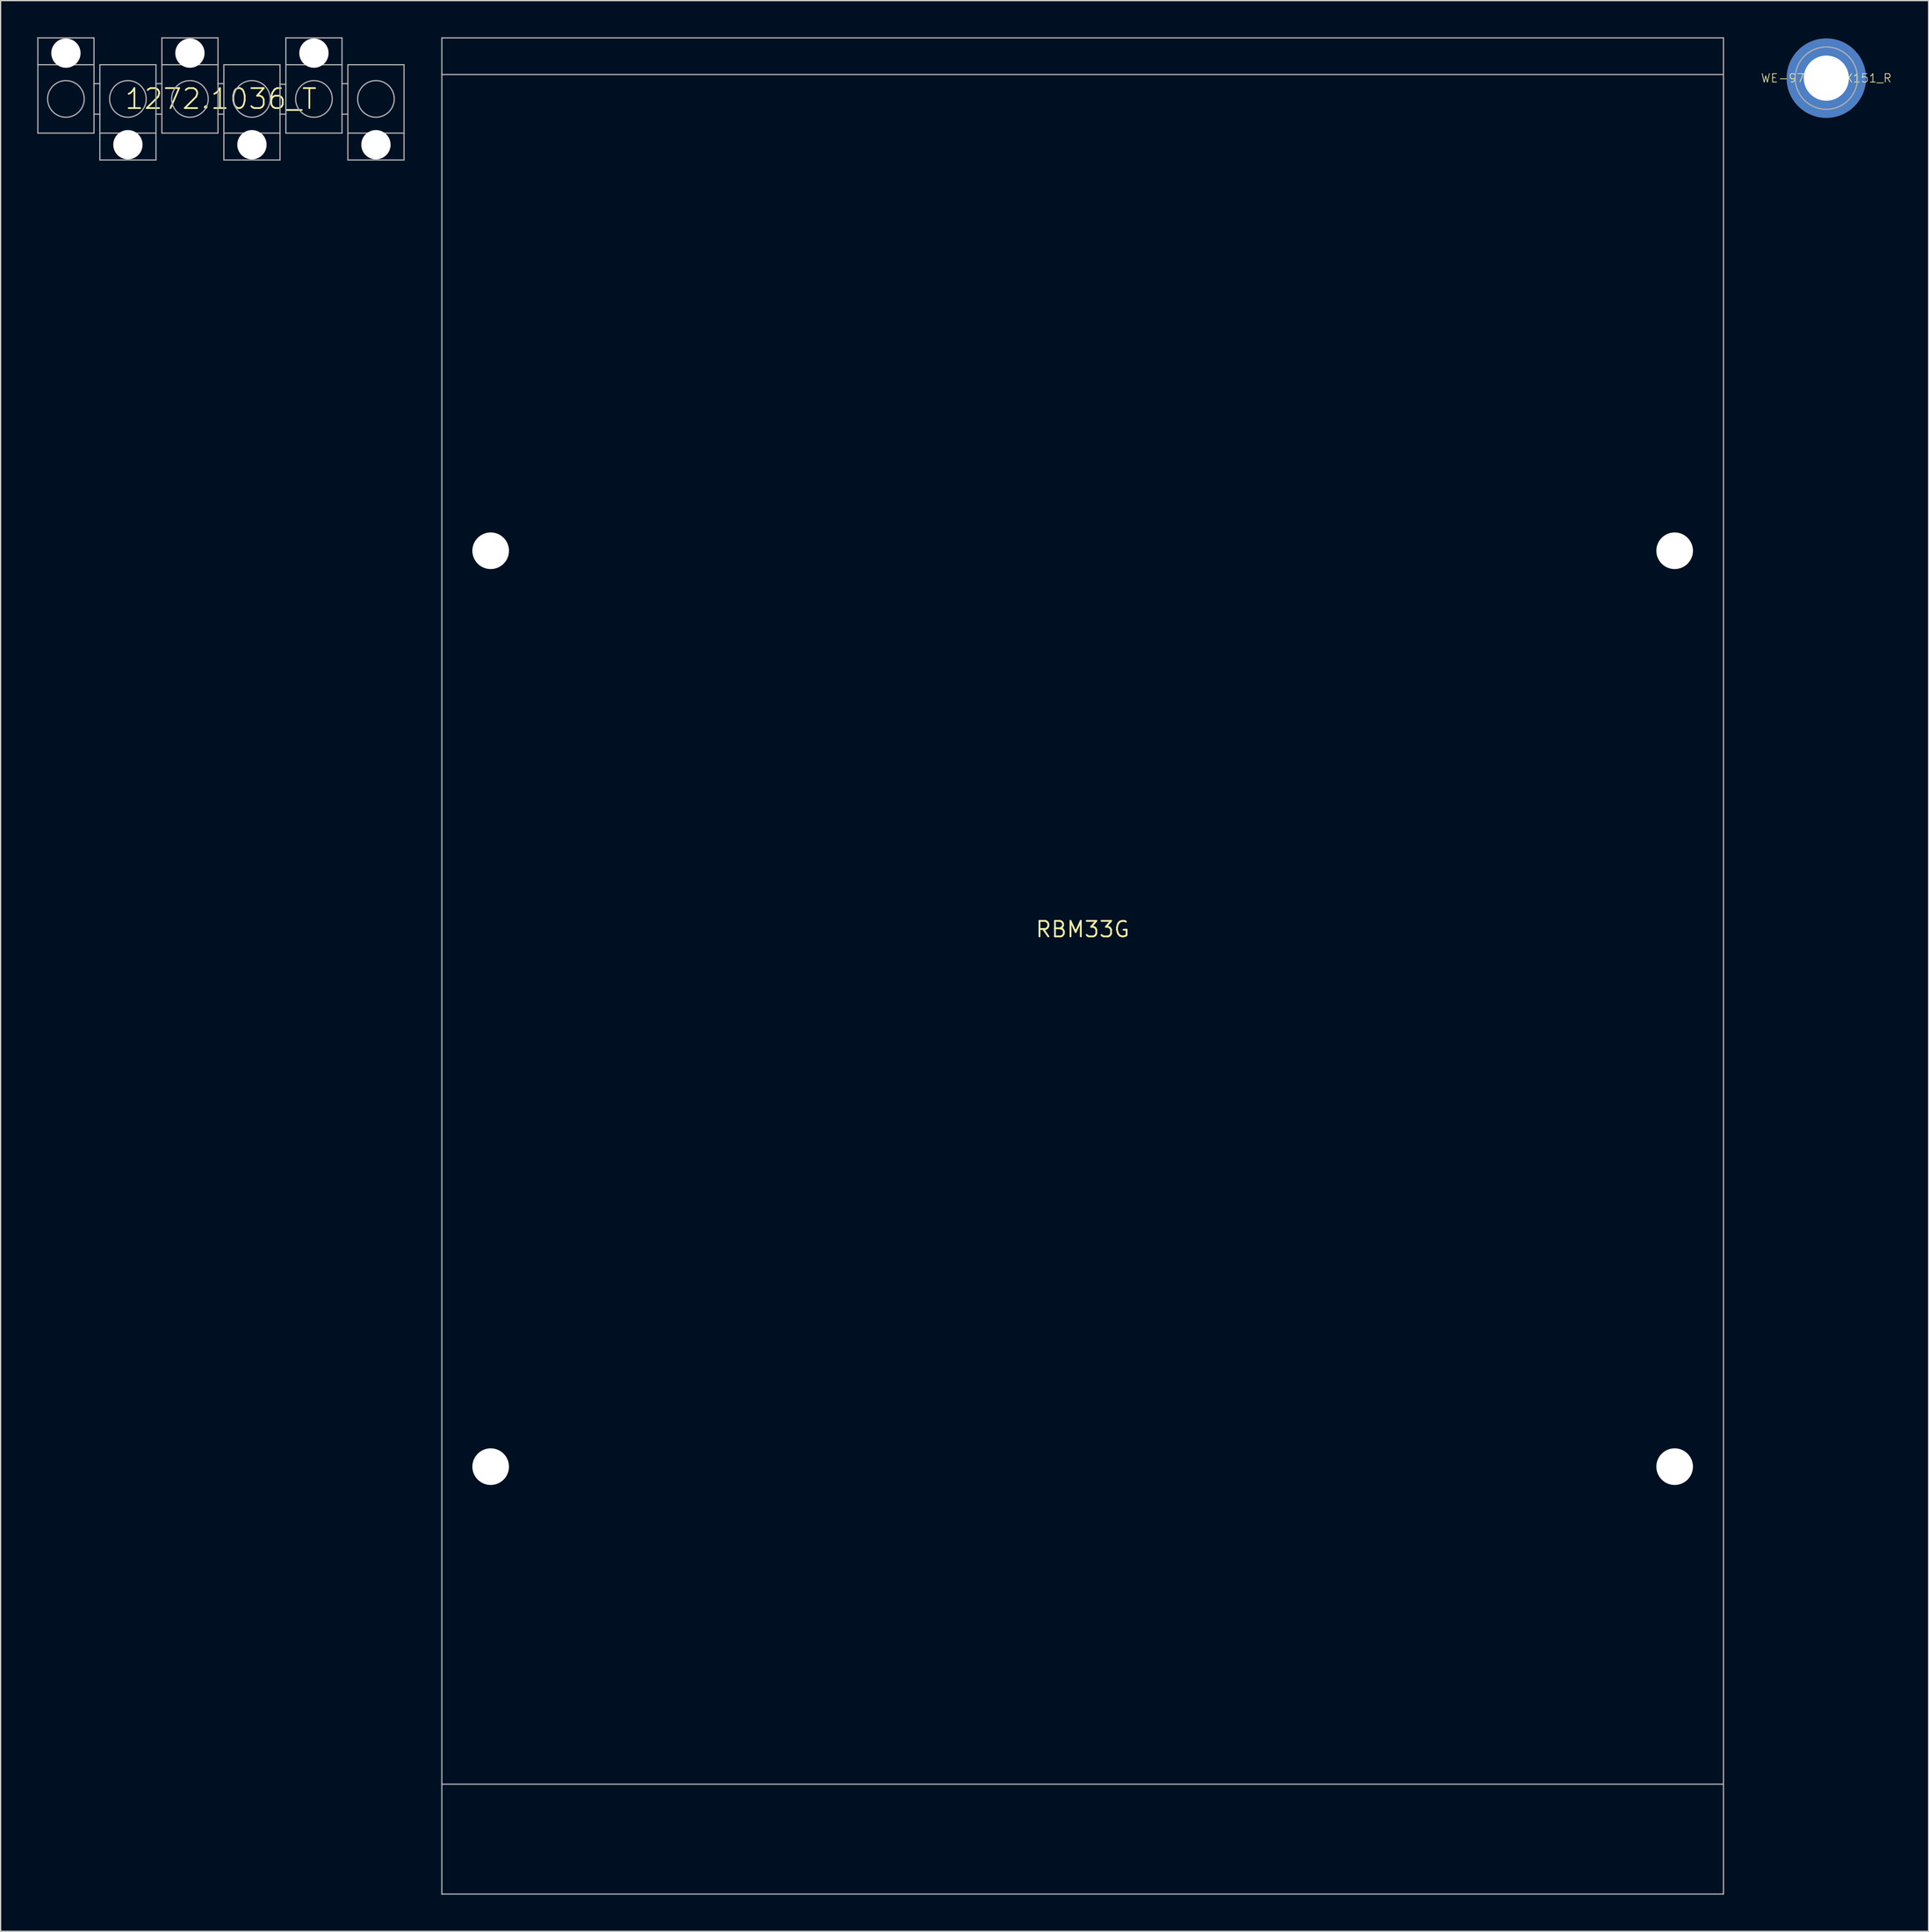
<source format=kicad_pcb>
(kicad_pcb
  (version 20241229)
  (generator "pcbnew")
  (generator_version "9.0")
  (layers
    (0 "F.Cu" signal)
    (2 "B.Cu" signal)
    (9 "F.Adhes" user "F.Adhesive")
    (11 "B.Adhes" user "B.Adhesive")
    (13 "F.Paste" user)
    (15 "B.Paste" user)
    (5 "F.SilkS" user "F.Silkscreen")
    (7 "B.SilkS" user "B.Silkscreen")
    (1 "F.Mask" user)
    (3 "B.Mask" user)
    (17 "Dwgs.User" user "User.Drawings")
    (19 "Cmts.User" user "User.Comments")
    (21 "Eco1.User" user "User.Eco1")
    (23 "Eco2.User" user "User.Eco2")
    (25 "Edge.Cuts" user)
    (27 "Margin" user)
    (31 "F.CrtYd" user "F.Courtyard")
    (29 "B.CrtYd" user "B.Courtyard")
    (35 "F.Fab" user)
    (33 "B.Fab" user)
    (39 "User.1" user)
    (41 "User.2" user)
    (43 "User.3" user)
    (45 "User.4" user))
  (footprint "WE-97740XXX151_R"
    (layer "F.Cu")
    (at 146.577 3.35)
    (property "Reference" "WE-97740XXX151_R" (at 0 0 0) (unlocked yes) (layer "F.SilkS") (effects (font (size 0.69 0.69) (thickness 0.06))))
    (fp_circle (center 0 0) (end 1.675 0) (stroke (width 3.35) (type solid)) (fill yes) (layer "F.Mask"))
    (fp_circle (center 0 0) (end 0.925 0) (stroke (width 1.85) (type solid)) (fill yes) (layer "B.Mask"))
    (fp_poly (pts (xy -0.375 -3.138) (xy -0.32 -3.051) (xy -0.32 -1.967) (xy -0.432 -1.846) (xy -0.549 -1.815) (xy -0.623 -1.79) (xy -0.713 -1.755) (xy -0.763 -1.735) (xy -0.858 -1.691) (xy -0.933 -1.651) (xy -1.047 -1.581) (xy -1.112 -1.536) (xy -1.157 -1.501) (xy -1.232 -1.441) (xy -1.287 -1.391) (xy -1.331 -1.351) (xy -1.366 -1.312) (xy -1.441 -1.232) (xy -1.486 -1.177) (xy -1.521 -1.132) (xy -1.561 -1.077) (xy -1.596 -1.022) (xy -1.636 -0.957) (xy -1.676 -0.888) (xy -1.715 -0.808) (xy -1.75 -0.728) (xy -1.785 -0.643) (xy -1.81 -0.569) (xy -1.83 -0.494) (xy -1.85 -0.414) (xy -1.85 -0.412) (xy -1.969 -0.335) (xy -3.057 -0.335) (xy -3.145 -0.434) (xy -3.13 -0.511) (xy -3.115 -0.606) (xy -3.09 -0.736) (xy -3.04 -0.911) (xy -3 -1.042) (xy -2.965 -1.132) (xy -2.945 -1.187) (xy -2.91 -1.267) (xy -2.834 -1.432) (xy -2.734 -1.612) (xy -2.714 -1.648) (xy -2.664 -1.723) (xy -2.619 -1.793) (xy -2.589 -1.838) (xy -2.489 -1.968) (xy -2.394 -2.083) (xy -2.239 -2.254) (xy -2.058 -2.419) (xy -1.933 -2.519) (xy -1.863 -2.569) (xy -1.813 -2.604) (xy -1.753 -2.649) (xy -1.668 -2.699) (xy -1.603 -2.739) (xy -1.532 -2.779) (xy -1.477 -2.809) (xy -1.392 -2.854) (xy -1.317 -2.89) (xy -1.212 -2.935) (xy -1.072 -2.99) (xy -0.952 -3.03) (xy -0.871 -3.055) (xy -0.776 -3.08) (xy -0.666 -3.105) (xy -0.516 -3.135) (xy -0.43 -3.145)) (stroke (width 0) (type default)) (fill yes) (layer "F.Paste"))
    (fp_poly (pts (xy -1.846 0.432) (xy -1.815 0.549) (xy -1.79 0.623) (xy -1.755 0.713) (xy -1.735 0.763) (xy -1.691 0.858) (xy -1.651 0.933) (xy -1.581 1.047) (xy -1.536 1.112) (xy -1.501 1.157) (xy -1.441 1.232) (xy -1.391 1.287) (xy -1.351 1.331) (xy -1.312 1.366) (xy -1.232 1.441) (xy -1.177 1.486) (xy -1.132 1.521) (xy -1.077 1.561) (xy -1.022 1.596) (xy -0.957 1.636) (xy -0.888 1.676) (xy -0.808 1.715) (xy -0.728 1.75) (xy -0.643 1.785) (xy -0.569 1.81) (xy -0.494 1.83) (xy -0.414 1.85) (xy -0.413 1.85) (xy -0.357 1.899) (xy -0.335 1.969) (xy -0.335 3.057) (xy -0.434 3.145) (xy -0.511 3.13) (xy -0.606 3.115) (xy -0.736 3.09) (xy -0.911 3.04) (xy -1.042 3) (xy -1.132 2.965) (xy -1.187 2.945) (xy -1.267 2.91) (xy -1.432 2.834) (xy -1.612 2.734) (xy -1.648 2.714) (xy -1.723 2.664) (xy -1.793 2.619) (xy -1.838 2.589) (xy -1.968 2.489) (xy -2.083 2.394) (xy -2.254 2.239) (xy -2.419 2.058) (xy -2.519 1.933) (xy -2.569 1.863) (xy -2.604 1.813) (xy -2.649 1.753) (xy -2.699 1.668) (xy -2.739 1.603) (xy -2.779 1.532) (xy -2.809 1.477) (xy -2.854 1.392) (xy -2.89 1.317) (xy -2.935 1.212) (xy -2.99 1.072) (xy -3.03 0.952) (xy -3.055 0.871) (xy -3.08 0.776) (xy -3.105 0.666) (xy -3.135 0.516) (xy -3.145 0.43) (xy -3.138 0.375) (xy -3.051 0.32) (xy -1.967 0.32)) (stroke (width 0) (type default)) (fill yes) (layer "F.Paste"))
    (fp_poly (pts (xy 0.511 -3.13) (xy 0.606 -3.115) (xy 0.736 -3.09) (xy 0.911 -3.04) (xy 1.042 -3) (xy 1.132 -2.965) (xy 1.187 -2.945) (xy 1.267 -2.91) (xy 1.432 -2.834) (xy 1.612 -2.734) (xy 1.648 -2.714) (xy 1.723 -2.664) (xy 1.793 -2.619) (xy 1.838 -2.589) (xy 1.968 -2.489) (xy 2.083 -2.394) (xy 2.254 -2.239) (xy 2.419 -2.058) (xy 2.519 -1.933) (xy 2.569 -1.863) (xy 2.604 -1.813) (xy 2.649 -1.753) (xy 2.699 -1.668) (xy 2.739 -1.603) (xy 2.779 -1.532) (xy 2.809 -1.477) (xy 2.854 -1.392) (xy 2.89 -1.317) (xy 2.935 -1.212) (xy 2.99 -1.072) (xy 3.03 -0.952) (xy 3.055 -0.871) (xy 3.08 -0.776) (xy 3.105 -0.666) (xy 3.135 -0.516) (xy 3.145 -0.43) (xy 3.139 -0.376) (xy 3.103 -0.335) (xy 3.051 -0.32) (xy 1.967 -0.32) (xy 1.846 -0.432) (xy 1.815 -0.549) (xy 1.79 -0.623) (xy 1.755 -0.713) (xy 1.735 -0.763) (xy 1.691 -0.858) (xy 1.651 -0.933) (xy 1.581 -1.047) (xy 1.536 -1.112) (xy 1.501 -1.157) (xy 1.441 -1.232) (xy 1.391 -1.287) (xy 1.351 -1.331) (xy 1.312 -1.366) (xy 1.232 -1.441) (xy 1.177 -1.486) (xy 1.132 -1.521) (xy 1.077 -1.561) (xy 1.022 -1.596) (xy 0.957 -1.636) (xy 0.888 -1.676) (xy 0.808 -1.715) (xy 0.728 -1.75) (xy 0.643 -1.785) (xy 0.569 -1.81) (xy 0.494 -1.83) (xy 0.414 -1.85) (xy 0.412 -1.85) (xy 0.335 -1.969) (xy 0.335 -3.057) (xy 0.434 -3.145)) (stroke (width 0) (type default)) (fill yes) (layer "F.Paste"))
    (fp_poly (pts (xy 3.123 0.364) (xy 3.145 0.435) (xy 3.13 0.511) (xy 3.115 0.606) (xy 3.09 0.736) (xy 3.04 0.911) (xy 3 1.042) (xy 2.965 1.132) (xy 2.945 1.187) (xy 2.91 1.267) (xy 2.834 1.432) (xy 2.734 1.612) (xy 2.714 1.648) (xy 2.664 1.723) (xy 2.619 1.793) (xy 2.589 1.838) (xy 2.489 1.968) (xy 2.394 2.083) (xy 2.239 2.254) (xy 2.058 2.419) (xy 1.933 2.519) (xy 1.863 2.569) (xy 1.813 2.604) (xy 1.753 2.649) (xy 1.668 2.699) (xy 1.603 2.739) (xy 1.532 2.779) (xy 1.477 2.809) (xy 1.392 2.854) (xy 1.317 2.89) (xy 1.212 2.935) (xy 1.072 2.99) (xy 0.952 3.03) (xy 0.871 3.055) (xy 0.776 3.08) (xy 0.666 3.105) (xy 0.516 3.135) (xy 0.43 3.145) (xy 0.376 3.139) (xy 0.335 3.103) (xy 0.32 3.051) (xy 0.32 1.967) (xy 0.432 1.846) (xy 0.549 1.815) (xy 0.623 1.79) (xy 0.713 1.755) (xy 0.763 1.735) (xy 0.858 1.691) (xy 0.933 1.651) (xy 1.047 1.581) (xy 1.112 1.536) (xy 1.157 1.501) (xy 1.232 1.441) (xy 1.287 1.391) (xy 1.331 1.351) (xy 1.366 1.312) (xy 1.441 1.232) (xy 1.486 1.177) (xy 1.521 1.132) (xy 1.561 1.077) (xy 1.596 1.022) (xy 1.636 0.957) (xy 1.676 0.888) (xy 1.715 0.808) (xy 1.75 0.728) (xy 1.785 0.643) (xy 1.81 0.569) (xy 1.83 0.494) (xy 1.85 0.414) (xy 1.85 0.413) (xy 1.899 0.357) (xy 1.969 0.335) (xy 3.056 0.335)) (stroke (width 0) (type default)) (fill yes) (layer "F.Paste"))
    (fp_circle (center 0 0) (end 1.25 0) (stroke (width 0.1) (type solid)) (fill no) (layer "F.Fab"))
    (fp_circle (center 0 0) (end 2.55 0) (stroke (width 0.1) (type solid)) (fill no) (layer "F.Fab"))
    (pad "1" thru_hole circle (at 0 0) (size 6.5 6.5) (drill 3.7) (layers "*.Cu")))
  (footprint "RBM33G"
    (layer "F.Cu")
    (at 85.65 73.05)
    (property "Reference" "RBM33G" (at 0 0 0) (unlocked yes) (layer "F.SilkS") (effects (font (size 1.27 1.27) (thickness 0.15))))
    (fp_line (start -52.5 -73) (end 52.5 -73) (stroke (width 0.1) (type solid)) (layer "F.Fab"))
    (fp_line (start -52.5 -70) (end -52.5 -73) (stroke (width 0.1) (type solid)) (layer "F.Fab"))
    (fp_line (start -52.5 -70) (end 52.5 -70) (stroke (width 0.1) (type solid)) (layer "F.Fab"))
    (fp_line (start -52.5 70) (end -52.5 -70) (stroke (width 0.1) (type solid)) (layer "F.Fab"))
    (fp_line (start -52.5 70) (end -52.5 79) (stroke (width 0.1) (type solid)) (layer "F.Fab"))
    (fp_line (start -52.5 79) (end 52.5 79) (stroke (width 0.1) (type solid)) (layer "F.Fab"))
    (fp_line (start 52.5 -73) (end 52.5 -70) (stroke (width 0.1) (type solid)) (layer "F.Fab"))
    (fp_line (start 52.5 -70) (end 52.5 70) (stroke (width 0.1) (type solid)) (layer "F.Fab"))
    (fp_line (start 52.5 70) (end -52.5 70) (stroke (width 0.1) (type solid)) (layer "F.Fab"))
    (fp_line (start 52.5 79) (end 52.5 70) (stroke (width 0.1) (type solid)) (layer "F.Fab"))
    (pad "" np_thru_hole circle (at -48.5 -31) (size 3 3) (drill 3) (layers "*.Cu" "*.Mask"))
    (pad "" np_thru_hole circle (at -48.5 44) (size 3 3) (drill 3) (layers "*.Cu" "*.Mask"))
    (pad "" np_thru_hole circle (at 48.5 -31) (size 3 3) (drill 3) (layers "*.Cu" "*.Mask"))
    (pad "" np_thru_hole circle (at 48.5 44) (size 3 3) (drill 3) (layers "*.Cu" "*.Mask")))
  (footprint "1272.1036_T"
    (layer "F.Cu")
    (at 15.05 5.05)
    (property "Reference" "1272.1036_T" (at 0 0 0) (unlocked yes) (layer "F.SilkS") (effects (font (size 1.636 1.636) (thickness 0.142))))
    (fp_line (start -15 -5) (end -10.4 -5) (stroke (width 0.1) (type solid)) (layer "F.Fab"))
    (fp_line (start -15 -2.8) (end -15 -5) (stroke (width 0.1) (type solid)) (layer "F.Fab"))
    (fp_line (start -15 -2.8) (end -15 2.8) (stroke (width 0.1) (type solid)) (layer "F.Fab"))
    (fp_line (start -15 -2.8) (end -10.4 -2.8) (stroke (width 0.1) (type solid)) (layer "F.Fab"))
    (fp_line (start -10.4 -5) (end -10.4 -2.8) (stroke (width 0.1) (type solid)) (layer "F.Fab"))
    (fp_line (start -10.4 -2.8) (end -10.4 -1.25) (stroke (width 0.1) (type solid)) (layer "F.Fab"))
    (fp_line (start -10.4 -1.25) (end -10.4 1.25) (stroke (width 0.1) (type solid)) (layer "F.Fab"))
    (fp_line (start -10.4 -1.25) (end -9.92 -1.25) (stroke (width 0.1) (type solid)) (layer "F.Fab"))
    (fp_line (start -10.4 1.25) (end -10.4 2.8) (stroke (width 0.1) (type solid)) (layer "F.Fab"))
    (fp_line (start -10.4 1.25) (end -9.92 1.25) (stroke (width 0.1) (type solid)) (layer "F.Fab"))
    (fp_line (start -10.4 2.8) (end -15 2.8) (stroke (width 0.1) (type solid)) (layer "F.Fab"))
    (fp_line (start -9.92 -2.8) (end -5.32 -2.8) (stroke (width 0.1) (type solid)) (layer "F.Fab"))
    (fp_line (start -9.92 -1.25) (end -9.92 -2.8) (stroke (width 0.1) (type solid)) (layer "F.Fab"))
    (fp_line (start -9.92 1.25) (end -9.92 -1.25) (stroke (width 0.1) (type solid)) (layer "F.Fab"))
    (fp_line (start -9.92 2.8) (end -9.92 1.25) (stroke (width 0.1) (type solid)) (layer "F.Fab"))
    (fp_line (start -9.92 2.8) (end -5.32 2.8) (stroke (width 0.1) (type solid)) (layer "F.Fab"))
    (fp_line (start -9.92 5) (end -9.92 2.8) (stroke (width 0.1) (type solid)) (layer "F.Fab"))
    (fp_line (start -9.92 5) (end -5.32 5) (stroke (width 0.1) (type solid)) (layer "F.Fab"))
    (fp_line (start -5.32 -1.25) (end -5.32 -2.8) (stroke (width 0.1) (type solid)) (layer "F.Fab"))
    (fp_line (start -5.32 -1.25) (end -4.84 -1.25) (stroke (width 0.1) (type solid)) (layer "F.Fab"))
    (fp_line (start -5.32 1.25) (end -5.32 -1.25) (stroke (width 0.1) (type solid)) (layer "F.Fab"))
    (fp_line (start -5.32 1.25) (end -4.84 1.25) (stroke (width 0.1) (type solid)) (layer "F.Fab"))
    (fp_line (start -5.32 2.8) (end -5.32 1.25) (stroke (width 0.1) (type solid)) (layer "F.Fab"))
    (fp_line (start -5.32 2.8) (end -5.32 5) (stroke (width 0.1) (type solid)) (layer "F.Fab"))
    (fp_line (start -4.84 -5) (end -0.24 -5) (stroke (width 0.1) (type solid)) (layer "F.Fab"))
    (fp_line (start -4.84 -2.8) (end -4.84 -5) (stroke (width 0.1) (type solid)) (layer "F.Fab"))
    (fp_line (start -4.84 -2.8) (end -4.84 -1.25) (stroke (width 0.1) (type solid)) (layer "F.Fab"))
    (fp_line (start -4.84 -2.8) (end -0.24 -2.8) (stroke (width 0.1) (type solid)) (layer "F.Fab"))
    (fp_line (start -4.84 -1.25) (end -4.84 1.25) (stroke (width 0.1) (type solid)) (layer "F.Fab"))
    (fp_line (start -4.84 1.25) (end -4.84 2.8) (stroke (width 0.1) (type solid)) (layer "F.Fab"))
    (fp_line (start -0.24 -5) (end -0.24 -2.8) (stroke (width 0.1) (type solid)) (layer "F.Fab"))
    (fp_line (start -0.24 -2.8) (end -0.24 -1.25) (stroke (width 0.1) (type solid)) (layer "F.Fab"))
    (fp_line (start -0.24 -1.25) (end -0.24 1.25) (stroke (width 0.1) (type solid)) (layer "F.Fab"))
    (fp_line (start -0.24 -1.25) (end 0.24 -1.25) (stroke (width 0.1) (type solid)) (layer "F.Fab"))
    (fp_line (start -0.24 1.25) (end -0.24 2.8) (stroke (width 0.1) (type solid)) (layer "F.Fab"))
    (fp_line (start -0.24 1.25) (end 0.24 1.25) (stroke (width 0.1) (type solid)) (layer "F.Fab"))
    (fp_line (start -0.24 2.8) (end -4.84 2.8) (stroke (width 0.1) (type solid)) (layer "F.Fab"))
    (fp_line (start 0.24 -2.8) (end 4.84 -2.8) (stroke (width 0.1) (type solid)) (layer "F.Fab"))
    (fp_line (start 0.24 -1.25) (end 0.24 -2.8) (stroke (width 0.1) (type solid)) (layer "F.Fab"))
    (fp_line (start 0.24 1.25) (end 0.24 -1.25) (stroke (width 0.1) (type solid)) (layer "F.Fab"))
    (fp_line (start 0.24 2.8) (end 0.24 1.25) (stroke (width 0.1) (type solid)) (layer "F.Fab"))
    (fp_line (start 0.24 2.8) (end 4.84 2.8) (stroke (width 0.1) (type solid)) (layer "F.Fab"))
    (fp_line (start 0.24 5) (end 0.24 2.8) (stroke (width 0.1) (type solid)) (layer "F.Fab"))
    (fp_line (start 0.24 5) (end 4.84 5) (stroke (width 0.1) (type solid)) (layer "F.Fab"))
    (fp_line (start 4.84 -1.2) (end 4.84 -2.8) (stroke (width 0.1) (type solid)) (layer "F.Fab"))
    (fp_line (start 4.84 -1.2) (end 5.32 -1.2) (stroke (width 0.1) (type solid)) (layer "F.Fab"))
    (fp_line (start 4.84 1.25) (end 4.84 -1.2) (stroke (width 0.1) (type solid)) (layer "F.Fab"))
    (fp_line (start 4.84 1.25) (end 5.32 1.25) (stroke (width 0.1) (type solid)) (layer "F.Fab"))
    (fp_line (start 4.84 2.8) (end 4.84 1.25) (stroke (width 0.1) (type solid)) (layer "F.Fab"))
    (fp_line (start 4.84 2.8) (end 4.84 5) (stroke (width 0.1) (type solid)) (layer "F.Fab"))
    (fp_line (start 5.32 -5) (end 9.92 -5) (stroke (width 0.1) (type solid)) (layer "F.Fab"))
    (fp_line (start 5.32 -2.8) (end 5.32 -5) (stroke (width 0.1) (type solid)) (layer "F.Fab"))
    (fp_line (start 5.32 -2.8) (end 5.32 -1.2) (stroke (width 0.1) (type solid)) (layer "F.Fab"))
    (fp_line (start 5.32 -2.8) (end 9.92 -2.8) (stroke (width 0.1) (type solid)) (layer "F.Fab"))
    (fp_line (start 5.32 -1.2) (end 5.32 1.25) (stroke (width 0.1) (type solid)) (layer "F.Fab"))
    (fp_line (start 5.32 1.25) (end 5.32 2.8) (stroke (width 0.1) (type solid)) (layer "F.Fab"))
    (fp_line (start 9.92 -5) (end 9.92 -2.8) (stroke (width 0.1) (type solid)) (layer "F.Fab"))
    (fp_line (start 9.92 -2.8) (end 9.92 -1.25) (stroke (width 0.1) (type solid)) (layer "F.Fab"))
    (fp_line (start 9.92 -1.25) (end 9.92 1.25) (stroke (width 0.1) (type solid)) (layer "F.Fab"))
    (fp_line (start 9.92 -1.25) (end 10.4 -1.25) (stroke (width 0.1) (type solid)) (layer "F.Fab"))
    (fp_line (start 9.92 1.25) (end 9.92 2.8) (stroke (width 0.1) (type solid)) (layer "F.Fab"))
    (fp_line (start 9.92 1.25) (end 10.4 1.25) (stroke (width 0.1) (type solid)) (layer "F.Fab"))
    (fp_line (start 9.92 2.8) (end 5.32 2.8) (stroke (width 0.1) (type solid)) (layer "F.Fab"))
    (fp_line (start 10.4 -2.8) (end 15 -2.8) (stroke (width 0.1) (type solid)) (layer "F.Fab"))
    (fp_line (start 10.4 -1.25) (end 10.4 -2.8) (stroke (width 0.1) (type solid)) (layer "F.Fab"))
    (fp_line (start 10.4 1.25) (end 10.4 -1.25) (stroke (width 0.1) (type solid)) (layer "F.Fab"))
    (fp_line (start 10.4 2.8) (end 10.4 1.25) (stroke (width 0.1) (type solid)) (layer "F.Fab"))
    (fp_line (start 10.4 2.8) (end 15 2.8) (stroke (width 0.1) (type solid)) (layer "F.Fab"))
    (fp_line (start 10.4 5) (end 10.4 2.8) (stroke (width 0.1) (type solid)) (layer "F.Fab"))
    (fp_line (start 10.4 5) (end 15 5) (stroke (width 0.1) (type solid)) (layer "F.Fab"))
    (fp_line (start 15 2.8) (end 15 -2.8) (stroke (width 0.1) (type solid)) (layer "F.Fab"))
    (fp_line (start 15 2.8) (end 15 5) (stroke (width 0.1) (type solid)) (layer "F.Fab"))
    (fp_circle (center -12.7 0) (end -11.2 0) (stroke (width 0.1) (type solid)) (fill no) (layer "F.Fab"))
    (fp_circle (center -7.62 0) (end -6.12 0) (stroke (width 0.1) (type solid)) (fill no) (layer "F.Fab"))
    (fp_circle (center -2.54 0) (end -1.04 0) (stroke (width 0.1) (type solid)) (fill no) (layer "F.Fab"))
    (fp_circle (center 2.54 0) (end 4.04 0) (stroke (width 0.1) (type solid)) (fill no) (layer "F.Fab"))
    (fp_circle (center 7.62 0) (end 9.12 0) (stroke (width 0.1) (type solid)) (fill no) (layer "F.Fab"))
    (fp_circle (center 12.7 0) (end 14.2 0) (stroke (width 0.1) (type solid)) (fill no) (layer "F.Fab"))
    (pad "" np_thru_hole circle (at -12.7 -3.75) (size 2.4 2.4) (drill 2.4) (layers "*.Cu" "*.Mask"))
    (pad "" np_thru_hole circle (at -7.62 3.75) (size 2.4 2.4) (drill 2.4) (layers "*.Cu" "*.Mask"))
    (pad "" np_thru_hole circle (at -2.54 -3.75) (size 2.4 2.4) (drill 2.4) (layers "*.Cu" "*.Mask"))
    (pad "" np_thru_hole circle (at 2.54 3.75) (size 2.4 2.4) (drill 2.4) (layers "*.Cu" "*.Mask"))
    (pad "" np_thru_hole circle (at 7.62 -3.75) (size 2.4 2.4) (drill 2.4) (layers "*.Cu" "*.Mask"))
    (pad "" np_thru_hole circle (at 12.7 3.75) (size 2.4 2.4) (drill 2.4) (layers "*.Cu" "*.Mask")))
  (gr_rect
    (start -3 -3)
    (end 154.953 155.1)
    (stroke (width 0.1) (type default))
    (fill no)
    (layer "Edge.Cuts")))
</source>
